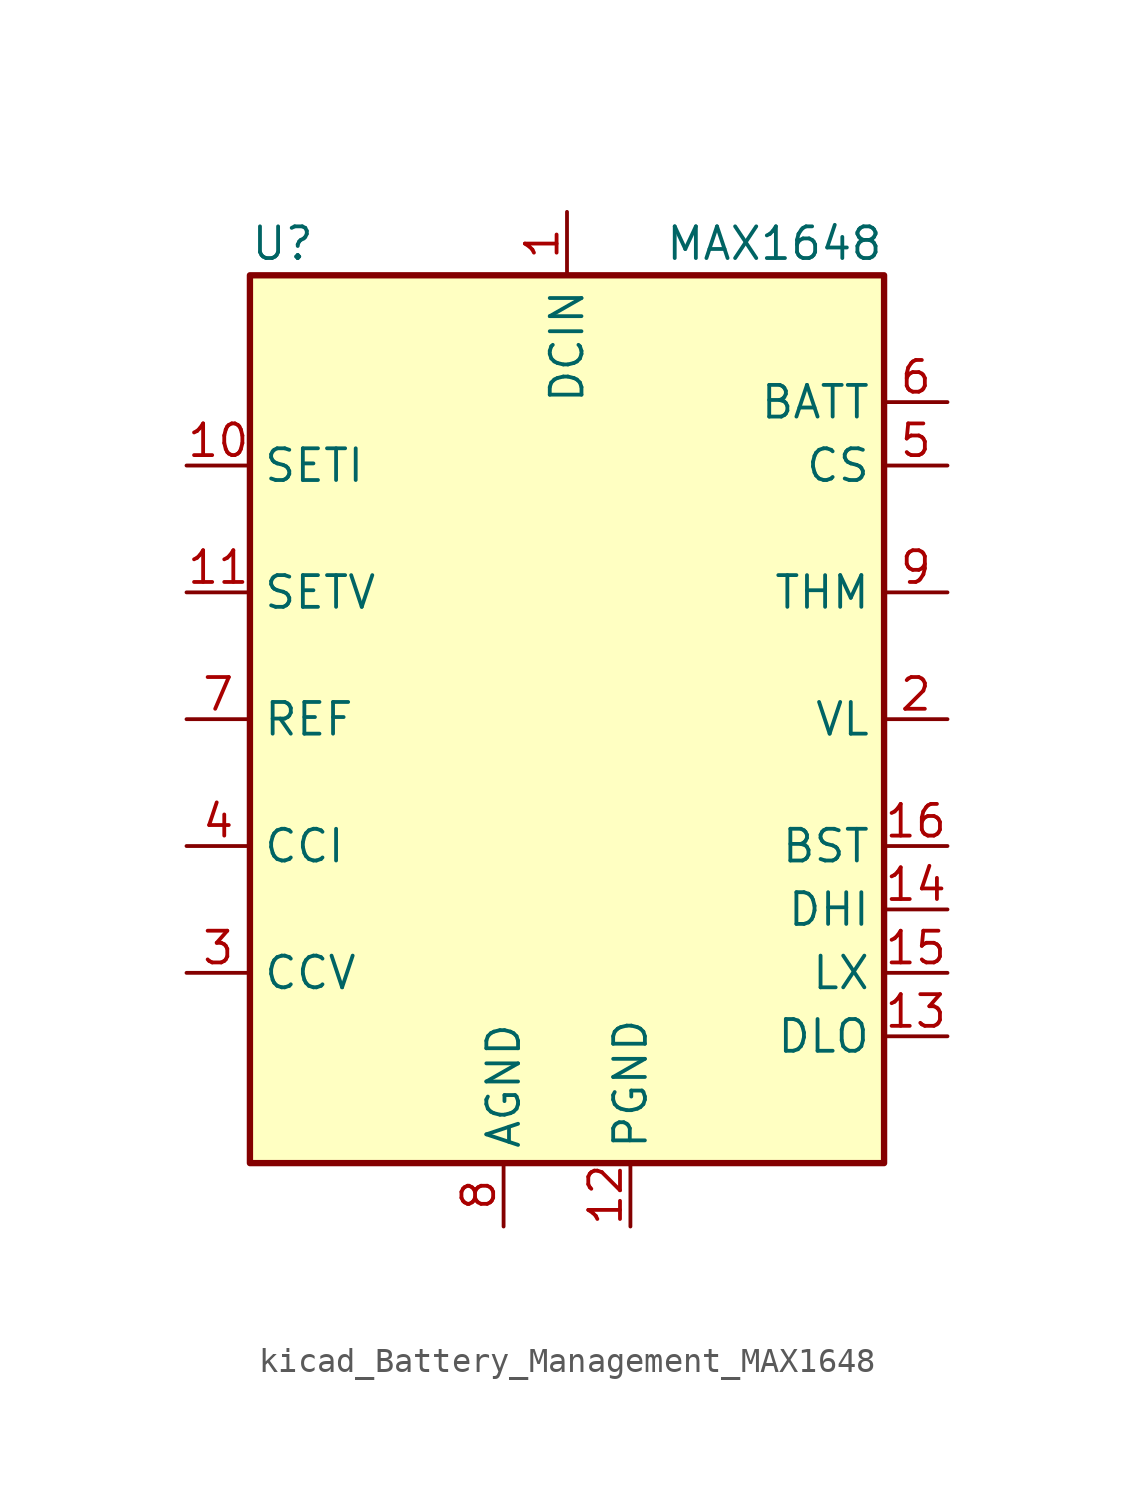
<source format=kicad_sym>
(kicad_symbol_lib
  (version 20220914)
  (generator kicad_symbol_editor)
  (symbol "kicad_Battery_Management_MAX1648"
    (property "Reference" "U"
      (at -12.7 19.05 0)
      (effects (font (size 1.27 1.27)) (justify left)))
    (property "Value" "MAX1648"
      (at 12.7 19.05 0)
      (effects (font (size 1.27 1.27)) (justify right)))
    (symbol "kicad_Battery_Management_MAX1648_0_1"
      (rectangle (start -12.7 17.78) (end 12.7 -17.78) (stroke (width 0.254) (type default)) (fill (type background))))
    (symbol "kicad_Battery_Management_MAX1648_1_1"
      (pin power_in line (at 0 20.32 270) (length 2.54) (name "DCIN" (effects (font (size 1.27 1.27)))) (number "1" (effects (font (size 1.27 1.27)))))
      (pin input line (at -15.24 10.16 0) (length 2.54) (name "SETI" (effects (font (size 1.27 1.27)))) (number "10" (effects (font (size 1.27 1.27)))))
      (pin input line (at -15.24 5.08 0) (length 2.54) (name "SETV" (effects (font (size 1.27 1.27)))) (number "11" (effects (font (size 1.27 1.27)))))
      (pin power_in line (at 2.54 -20.32 90) (length 2.54) (name "PGND" (effects (font (size 1.27 1.27)))) (number "12" (effects (font (size 1.27 1.27)))))
      (pin output line (at 15.24 -12.7 180) (length 2.54) (name "DLO" (effects (font (size 1.27 1.27)))) (number "13" (effects (font (size 1.27 1.27)))))
      (pin output line (at 15.24 -7.62 180) (length 2.54) (name "DHI" (effects (font (size 1.27 1.27)))) (number "14" (effects (font (size 1.27 1.27)))))
      (pin input line (at 15.24 -10.16 180) (length 2.54) (name "LX" (effects (font (size 1.27 1.27)))) (number "15" (effects (font (size 1.27 1.27)))))
      (pin power_in line (at 15.24 -5.08 180) (length 2.54) (name "BST" (effects (font (size 1.27 1.27)))) (number "16" (effects (font (size 1.27 1.27)))))
      (pin power_out line (at 15.24 0 180) (length 2.54) (name "VL" (effects (font (size 1.27 1.27)))) (number "2" (effects (font (size 1.27 1.27)))))
      (pin passive line (at -15.24 -10.16 0) (length 2.54) (name "CCV" (effects (font (size 1.27 1.27)))) (number "3" (effects (font (size 1.27 1.27)))))
      (pin passive line (at -15.24 -5.08 0) (length 2.54) (name "CCI" (effects (font (size 1.27 1.27)))) (number "4" (effects (font (size 1.27 1.27)))))
      (pin input line (at 15.24 10.16 180) (length 2.54) (name "CS" (effects (font (size 1.27 1.27)))) (number "5" (effects (font (size 1.27 1.27)))))
      (pin input line (at 15.24 12.7 180) (length 2.54) (name "BATT" (effects (font (size 1.27 1.27)))) (number "6" (effects (font (size 1.27 1.27)))))
      (pin bidirectional line (at -15.24 0 0) (length 2.54) (name "REF" (effects (font (size 1.27 1.27)))) (number "7" (effects (font (size 1.27 1.27)))))
      (pin power_in line (at -2.54 -20.32 90) (length 2.54) (name "AGND" (effects (font (size 1.27 1.27)))) (number "8" (effects (font (size 1.27 1.27)))))
      (pin input line (at 15.24 5.08 180) (length 2.54) (name "THM" (effects (font (size 1.27 1.27)))) (number "9" (effects (font (size 1.27 1.27))))))))
</source>
